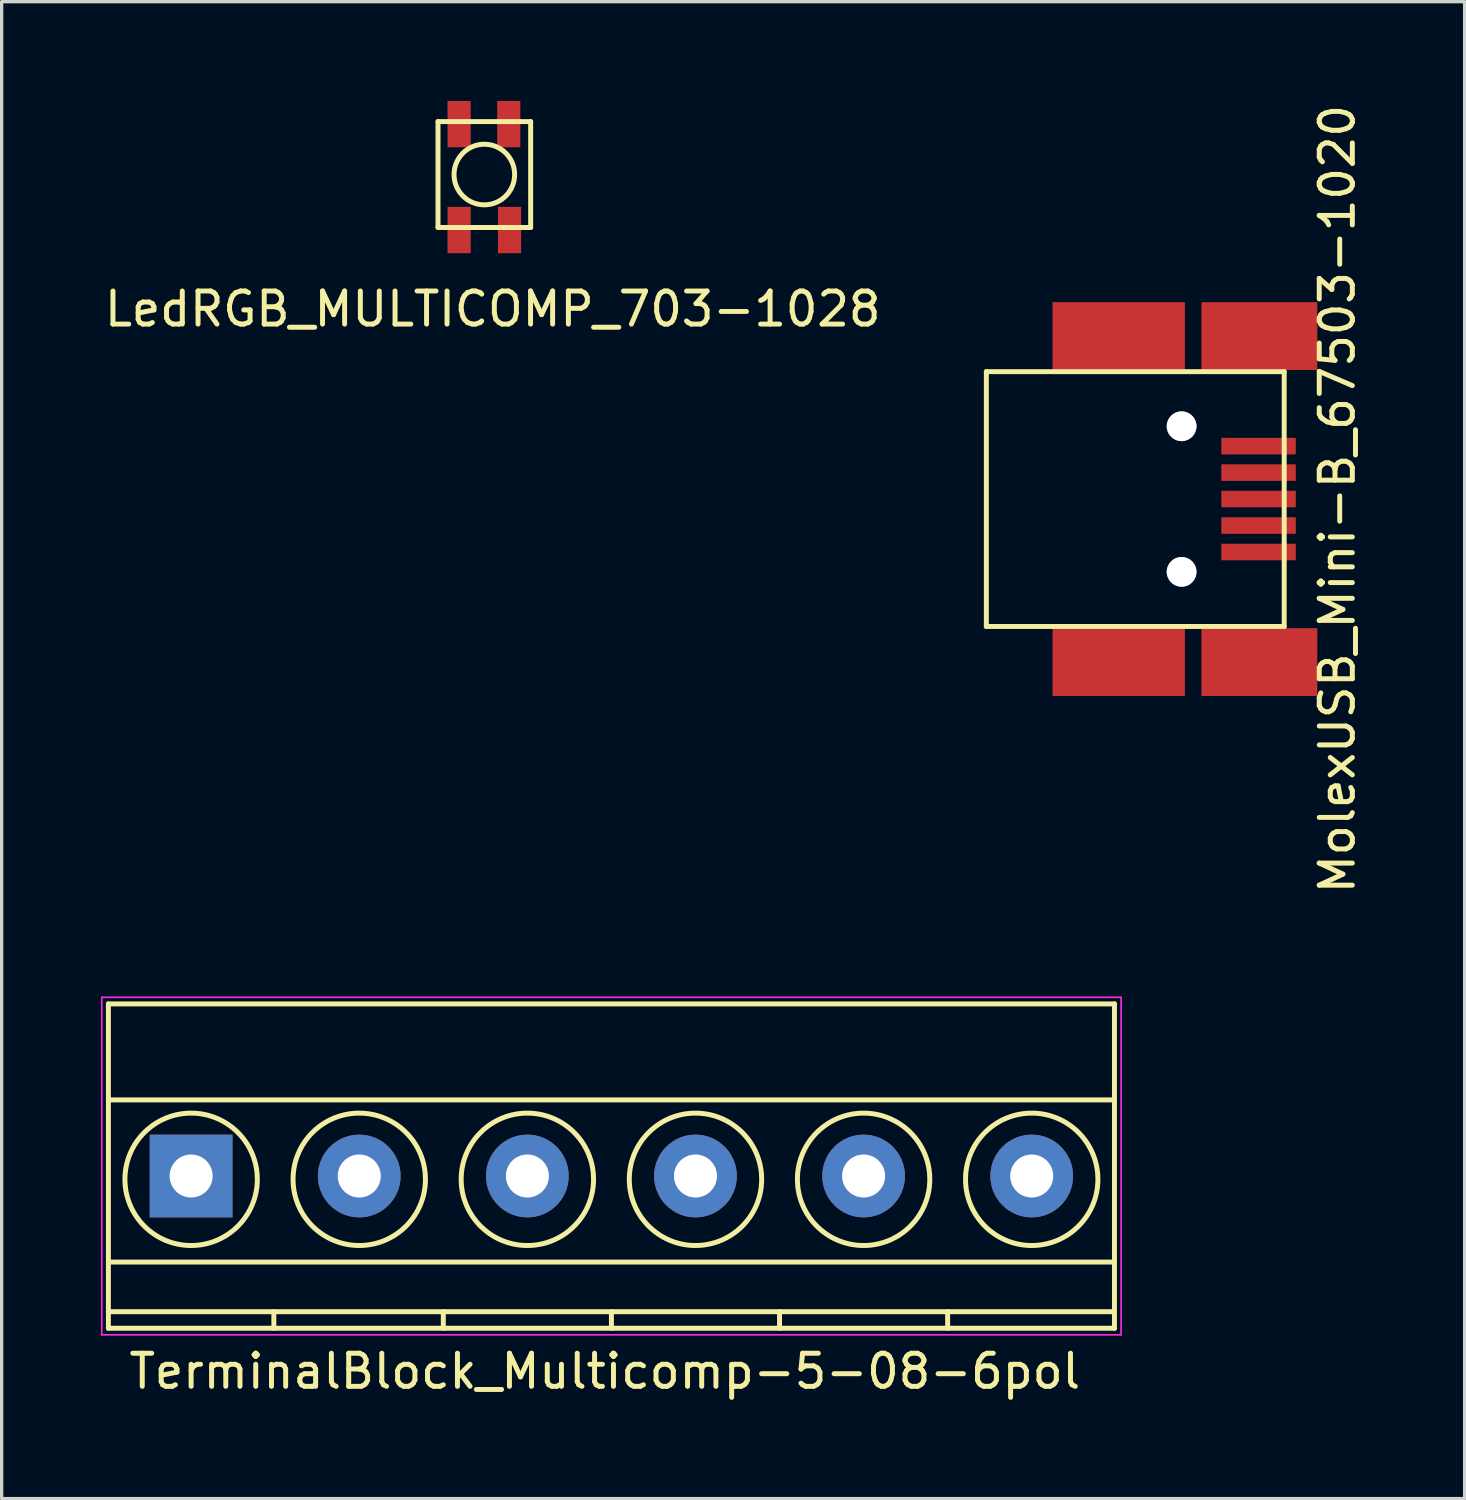
<source format=kicad_pcb>
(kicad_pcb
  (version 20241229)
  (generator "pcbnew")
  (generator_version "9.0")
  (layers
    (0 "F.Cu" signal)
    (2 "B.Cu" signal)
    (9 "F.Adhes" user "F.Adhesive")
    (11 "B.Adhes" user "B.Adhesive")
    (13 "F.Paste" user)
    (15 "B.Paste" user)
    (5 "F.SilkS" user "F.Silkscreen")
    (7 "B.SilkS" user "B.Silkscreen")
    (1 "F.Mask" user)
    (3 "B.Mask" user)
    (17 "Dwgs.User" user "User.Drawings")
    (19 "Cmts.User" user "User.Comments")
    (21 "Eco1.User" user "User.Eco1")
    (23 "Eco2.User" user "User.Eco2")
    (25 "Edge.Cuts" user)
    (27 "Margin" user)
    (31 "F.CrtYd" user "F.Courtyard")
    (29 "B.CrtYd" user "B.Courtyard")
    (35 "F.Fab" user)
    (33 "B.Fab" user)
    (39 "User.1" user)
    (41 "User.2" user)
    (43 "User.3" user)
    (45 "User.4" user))
  (footprint "MolexUSB_Mini-B_67503-1020"
    (layer "F.Cu")
    (at 30.754 12.03)
    (property "Reference" "MolexUSB_Mini-B_67503-1020" (at 6.604 0 90) (layer "F.SilkS") (effects (font (size 1 1) (thickness 0.15))))
    (attr smd)
    (fp_line (start -4 -3.85) (end -4 3.85) (stroke (width 0.15) (type solid)) (layer "F.SilkS"))
    (fp_line (start -4 -3.85) (end 5 -3.85) (stroke (width 0.15) (type solid)) (layer "F.SilkS"))
    (fp_line (start -4 3.85) (end 5 3.85) (stroke (width 0.15) (type solid)) (layer "F.SilkS"))
    (fp_line (start 5 -3.85) (end 5 3.85) (stroke (width 0.15) (type solid)) (layer "F.SilkS"))
    (pad "" np_thru_hole circle (at 1.9 -2.2) (size 0.9 0.9) (drill 0.899) (layers "*.Cu" "*.Mask"))
    (pad "" np_thru_hole circle (at 1.9 2.2) (size 0.9 0.9) (drill 0.899) (layers "*.Cu" "*.Mask"))
    (pad "1" smd rect (at 4.225 -1.6) (size 2.25 0.5) (layers "F.Cu" "F.Mask" "F.Paste"))
    (pad "2" smd rect (at 4.225 -0.8) (size 2.25 0.5) (layers "F.Cu" "F.Mask" "F.Paste"))
    (pad "3" smd rect (at 4.225 0) (size 2.25 0.5) (layers "F.Cu" "F.Mask" "F.Paste"))
    (pad "4" smd rect (at 4.225 0.8) (size 2.25 0.5) (layers "F.Cu" "F.Mask" "F.Paste"))
    (pad "5" smd rect (at 4.225 1.6) (size 2.25 0.5) (layers "F.Cu" "F.Mask" "F.Paste"))
    (pad "6" smd rect (at 0 -4.925) (size 4 2.05) (layers "F.Cu" "F.Mask" "F.Paste"))
    (pad "6" smd rect (at 0 4.925) (size 4 2.05) (layers "F.Cu" "F.Mask" "F.Paste"))
    (pad "6" smd rect (at 4.25 -4.925) (size 3.5 2.05) (layers "F.Cu" "F.Mask" "F.Paste"))
    (pad "6" smd rect (at 4.25 4.925) (size 3.5 2.05) (layers "F.Cu" "F.Mask" "F.Paste")))
  (footprint "LedRGB_MULTICOMP_703-1028"
    (layer "F.Cu")
    (at 10.823 0.7)
    (property "Reference" "LedRGB_MULTICOMP_703-1028" (at 1.016 5.588 0) (layer "F.SilkS") (effects (font (size 1 1) (thickness 0.15))))
    (attr through_hole)
    (fp_line (start -0.638 -0.076) (end -0.638 3.124) (stroke (width 0.15) (type solid)) (layer "F.SilkS"))
    (fp_line (start -0.638 3.124) (end 2.162 3.124) (stroke (width 0.15) (type solid)) (layer "F.SilkS"))
    (fp_line (start 2.162 -0.076) (end -0.638 -0.076) (stroke (width 0.15) (type solid)) (layer "F.SilkS"))
    (fp_line (start 2.162 3.124) (end 2.162 -0.076) (stroke (width 0.15) (type solid)) (layer "F.SilkS"))
    (fp_circle (center 0.762 1.524) (end 1.524 2.032) (stroke (width 0.15) (type solid)) (fill no) (layer "F.SilkS"))
    (pad "1" smd rect (at 0 0) (size 0.7 1.4) (layers "F.Cu" "F.Mask" "F.Paste"))
    (pad "2" smd rect (at 0 3.2) (size 0.7 1.4) (layers "F.Cu" "F.Mask" "F.Paste"))
    (pad "3" smd rect (at 1.524 3.2) (size 0.7 1.4) (layers "F.Cu" "F.Mask" "F.Paste"))
    (pad "4" smd rect (at 1.5 0) (size 0.7 1.4) (layers "F.Cu" "F.Mask" "F.Paste")))
  (footprint "TerminalBlock_Multicomp-5-08-6pol"
    (layer "F.Cu")
    (at 2.725 32.485)
    (property "Reference" "TerminalBlock_Multicomp-5-08-6pol" (at 12.5 5.9 0) (layer "F.SilkS") (effects (font (size 1 1) (thickness 0.15))))
    (attr through_hole)
    (fp_line (start -2.5 -5.2) (end -2.5 4.6) (stroke (width 0.15) (type solid)) (layer "F.SilkS"))
    (fp_line (start -2.5 -2.3) (end 27.9 -2.3) (stroke (width 0.15) (type solid)) (layer "F.SilkS"))
    (fp_line (start -2.5 2.6) (end 27.9 2.6) (stroke (width 0.15) (type solid)) (layer "F.SilkS"))
    (fp_line (start -2.5 4.1) (end 27.9 4.1) (stroke (width 0.15) (type solid)) (layer "F.SilkS"))
    (fp_line (start -2.5 4.6) (end 27.9 4.6) (stroke (width 0.15) (type solid)) (layer "F.SilkS"))
    (fp_line (start 2.5 4.1) (end 2.5 4.6) (stroke (width 0.15) (type solid)) (layer "F.SilkS"))
    (fp_line (start 7.62 4.1) (end 7.62 4.6) (stroke (width 0.15) (type solid)) (layer "F.SilkS"))
    (fp_line (start 12.7 4.1) (end 12.7 4.6) (stroke (width 0.15) (type solid)) (layer "F.SilkS"))
    (fp_line (start 17.78 4.1) (end 17.78 4.6) (stroke (width 0.15) (type solid)) (layer "F.SilkS"))
    (fp_line (start 22.86 4.1) (end 22.86 4.6) (stroke (width 0.15) (type solid)) (layer "F.SilkS"))
    (fp_line (start 27.9 -5.2) (end -2.5 -5.2) (stroke (width 0.15) (type solid)) (layer "F.SilkS"))
    (fp_line (start 27.9 4.6) (end 27.9 -5.2) (stroke (width 0.15) (type solid)) (layer "F.SilkS"))
    (fp_circle (center 0 0.1) (end 2 0.1) (stroke (width 0.15) (type solid)) (fill no) (layer "F.SilkS"))
    (fp_circle (center 5.08 0.1) (end 3.08 0.1) (stroke (width 0.15) (type solid)) (fill no) (layer "F.SilkS"))
    (fp_circle (center 10.16 0.1) (end 8.16 0.1) (stroke (width 0.15) (type solid)) (fill no) (layer "F.SilkS"))
    (fp_circle (center 15.24 0.1) (end 13.24 0.1) (stroke (width 0.15) (type solid)) (fill no) (layer "F.SilkS"))
    (fp_circle (center 20.32 0.1) (end 18.32 0.1) (stroke (width 0.15) (type solid)) (fill no) (layer "F.SilkS"))
    (fp_circle (center 25.4 0.1) (end 23.4 0.1) (stroke (width 0.15) (type solid)) (fill no) (layer "F.SilkS"))
    (fp_line (start -2.7 -5.4) (end 28.1 -5.4) (stroke (width 0.05) (type solid)) (layer "F.CrtYd"))
    (fp_line (start -2.7 4.8) (end -2.7 -5.4) (stroke (width 0.05) (type solid)) (layer "F.CrtYd"))
    (fp_line (start 28.1 -5.4) (end 28.1 4.8) (stroke (width 0.05) (type solid)) (layer "F.CrtYd"))
    (fp_line (start 28.1 4.8) (end -2.7 4.8) (stroke (width 0.05) (type solid)) (layer "F.CrtYd"))
    (pad "1" thru_hole rect (at 0 0) (size 2.5 2.5) (drill 1.3) (layers "*.Cu" "*.Mask"))
    (pad "2" thru_hole circle (at 5.08 0) (size 2.5 2.5) (drill 1.3) (layers "*.Cu" "*.Mask"))
    (pad "3" thru_hole circle (at 10.16 0) (size 2.5 2.5) (drill 1.3) (layers "*.Cu" "*.Mask"))
    (pad "4" thru_hole circle (at 15.24 0) (size 2.5 2.5) (drill 1.3) (layers "*.Cu" "*.Mask"))
    (pad "5" thru_hole circle (at 20.32 0) (size 2.5 2.5) (drill 1.3) (layers "*.Cu" "*.Mask"))
    (pad "6" thru_hole circle (at 25.4 0) (size 2.5 2.5) (drill 1.3) (layers "*.Cu" "*.Mask")))
  (gr_rect
    (start -3 -3)
    (end 41.206 42.233)
    (stroke (width 0.1) (type default))
    (fill no)
    (layer "Edge.Cuts")))
</source>
